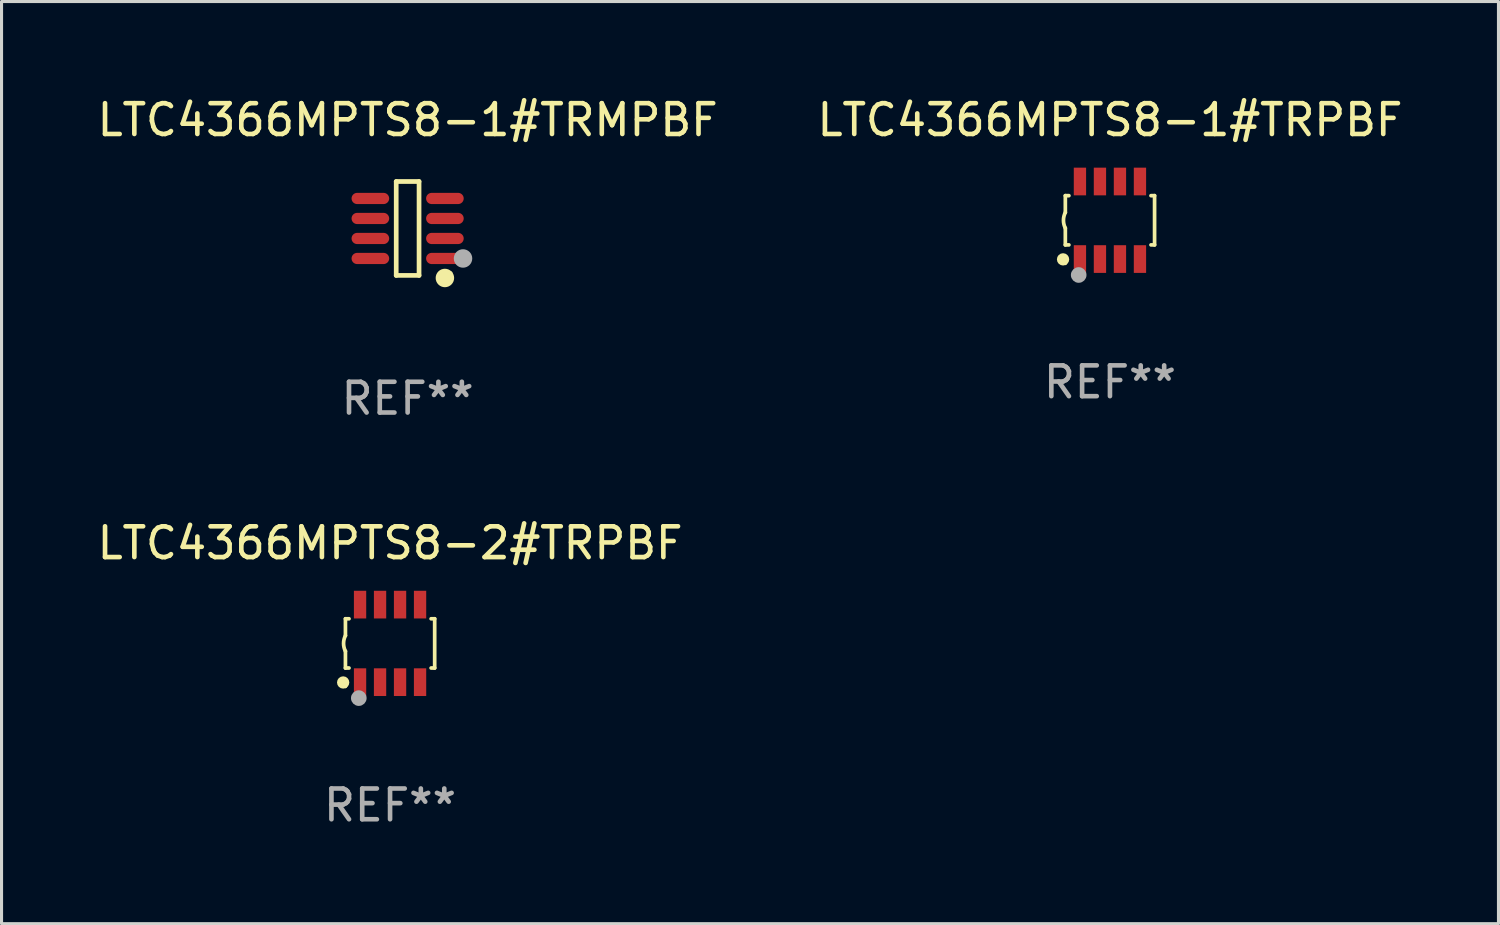
<source format=kicad_pcb>
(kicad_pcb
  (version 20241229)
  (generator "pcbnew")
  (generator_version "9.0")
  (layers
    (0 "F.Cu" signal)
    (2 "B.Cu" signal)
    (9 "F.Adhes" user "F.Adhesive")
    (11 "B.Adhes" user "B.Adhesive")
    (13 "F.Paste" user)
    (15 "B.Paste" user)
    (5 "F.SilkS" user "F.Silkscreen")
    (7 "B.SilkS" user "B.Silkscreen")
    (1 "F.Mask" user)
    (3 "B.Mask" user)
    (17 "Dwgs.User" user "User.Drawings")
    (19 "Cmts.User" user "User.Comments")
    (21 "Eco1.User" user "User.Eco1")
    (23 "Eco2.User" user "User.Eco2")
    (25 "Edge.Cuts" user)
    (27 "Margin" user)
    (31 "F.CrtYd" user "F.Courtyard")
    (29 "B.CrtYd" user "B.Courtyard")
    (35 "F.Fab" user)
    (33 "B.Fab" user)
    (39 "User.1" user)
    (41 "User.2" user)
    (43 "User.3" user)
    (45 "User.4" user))
  (footprint "LTC4366MPTS8-1#TRMPBF"
    (layer "F.Cu")
    (at 10.196 4.374)
    (property "Reference" "LTC4366MPTS8-1#TRMPBF" (at 0 -3.526 0) (layer "F.SilkS") (effects (font (size 1 1) (thickness 0.15))))
    (attr through_hole)
    (fp_line (start -0.371 -1.526) (end 0.371 -1.526) (stroke (width 0.152) (type solid)) (layer "F.SilkS"))
    (fp_line (start -0.371 1.526) (end -0.371 -1.526) (stroke (width 0.152) (type solid)) (layer "F.SilkS"))
    (fp_line (start 0.371 -1.526) (end 0.371 1.526) (stroke (width 0.152) (type solid)) (layer "F.SilkS"))
    (fp_line (start 0.371 1.526) (end -0.371 1.526) (stroke (width 0.152) (type solid)) (layer "F.SilkS"))
    (fp_circle (center 1.211 1.609) (end 1.361 1.609) (stroke (width 0.3) (type solid)) (fill no) (layer "F.SilkS"))
    (fp_circle (center 1.4 1.45) (end 1.43 1.45) (stroke (width 0.06) (type solid)) (fill no) (layer "F.SilkS"))
    (fp_circle (center 1.8 0.975) (end 1.95 0.975) (stroke (width 0.3) (type solid)) (fill no) (layer "F.Fab"))
    (fp_text user "REF**" (at 0 5.526 0) (layer "F.Fab") (effects (font (size 1 1) (thickness 0.15))))
    (pad "1" smd oval (at 1.211 0.975) (size 1.222 0.364) (layers "F.Cu" "F.Mask" "F.Paste"))
    (pad "2" smd oval (at 1.211 0.325) (size 1.222 0.364) (layers "F.Cu" "F.Mask" "F.Paste"))
    (pad "3" smd oval (at 1.211 -0.325) (size 1.222 0.364) (layers "F.Cu" "F.Mask" "F.Paste"))
    (pad "4" smd oval (at 1.211 -0.975) (size 1.222 0.364) (layers "F.Cu" "F.Mask" "F.Paste"))
    (pad "5" smd oval (at -1.211 -0.975) (size 1.222 0.364) (layers "F.Cu" "F.Mask" "F.Paste"))
    (pad "6" smd oval (at -1.211 -0.325) (size 1.222 0.364) (layers "F.Cu" "F.Mask" "F.Paste"))
    (pad "7" smd oval (at -1.211 0.325) (size 1.222 0.364) (layers "F.Cu" "F.Mask" "F.Paste"))
    (pad "8" smd oval (at -1.211 0.975) (size 1.222 0.364) (layers "F.Cu" "F.Mask" "F.Paste")))
  (footprint "LTC4366MPTS8-2#TRPBF"
    (layer "F.Cu")
    (at 9.625 17.857)
    (property "Reference" "LTC4366MPTS8-2#TRPBF" (at 0 -3.26 0) (layer "F.SilkS") (effects (font (size 1 1) (thickness 0.15))))
    (attr through_hole)
    (fp_line (start -1.45 -0.8) (end -1.45 -0.254) (stroke (width 0.12) (type solid)) (layer "F.SilkS"))
    (fp_line (start -1.45 -0.8) (end -1.334 -0.8) (stroke (width 0.12) (type solid)) (layer "F.SilkS"))
    (fp_line (start -1.45 0.8) (end -1.45 0.254) (stroke (width 0.12) (type solid)) (layer "F.SilkS"))
    (fp_line (start -1.45 0.8) (end -1.334 0.8) (stroke (width 0.12) (type solid)) (layer "F.SilkS"))
    (fp_line (start 1.334 -0.8) (end 1.45 -0.8) (stroke (width 0.12) (type solid)) (layer "F.SilkS"))
    (fp_line (start 1.334 0.8) (end 1.45 0.8) (stroke (width 0.12) (type solid)) (layer "F.SilkS"))
    (fp_line (start 1.45 0.8) (end 1.45 -0.8) (stroke (width 0.12) (type solid)) (layer "F.SilkS"))
    (fp_arc (start -1.45075 0.255144) (mid -1.510605 0.000434) (end -1.450013 -0.254102) (stroke (width 0.11999) (type solid)) (layer "F.SilkS"))
    (fp_circle (center -1.524 1.27) (end -1.424 1.27) (stroke (width 0.2) (type solid)) (fill no) (layer "F.SilkS"))
    (fp_circle (center -1.45 1.4) (end -1.42 1.4) (stroke (width 0.06) (type solid)) (fill no) (layer "F.SilkS"))
    (fp_circle (center -1.016 1.778) (end -0.889 1.778) (stroke (width 0.254) (type solid)) (fill no) (layer "F.Fab"))
    (fp_text user "REF**" (at 0 5.26 0) (layer "F.Fab") (effects (font (size 1 1) (thickness 0.15))))
    (pad "1" smd rect (at -0.975 1.26) (size 0.4 0.9) (layers "F.Cu" "F.Mask" "F.Paste"))
    (pad "2" smd rect (at -0.325 1.26) (size 0.4 0.9) (layers "F.Cu" "F.Mask" "F.Paste"))
    (pad "3" smd rect (at 0.325 1.26) (size 0.4 0.9) (layers "F.Cu" "F.Mask" "F.Paste"))
    (pad "4" smd rect (at 0.975 1.26) (size 0.4 0.9) (layers "F.Cu" "F.Mask" "F.Paste"))
    (pad "5" smd rect (at 0.975 -1.26) (size 0.4 0.9) (layers "F.Cu" "F.Mask" "F.Paste"))
    (pad "6" smd rect (at 0.325 -1.26) (size 0.4 0.9) (layers "F.Cu" "F.Mask" "F.Paste"))
    (pad "7" smd rect (at -0.325 -1.26) (size 0.4 0.9) (layers "F.Cu" "F.Mask" "F.Paste"))
    (pad "8" smd rect (at -0.975 -1.26) (size 0.4 0.9) (layers "F.Cu" "F.Mask" "F.Paste")))
  (footprint "LTC4366MPTS8-1#TRPBF"
    (layer "F.Cu")
    (at 33.018 4.108)
    (property "Reference" "LTC4366MPTS8-1#TRPBF" (at 0 -3.26 0) (layer "F.SilkS") (effects (font (size 1 1) (thickness 0.15))))
    (attr through_hole)
    (fp_line (start -1.45 -0.8) (end -1.45 -0.254) (stroke (width 0.12) (type solid)) (layer "F.SilkS"))
    (fp_line (start -1.45 -0.8) (end -1.334 -0.8) (stroke (width 0.12) (type solid)) (layer "F.SilkS"))
    (fp_line (start -1.45 0.8) (end -1.45 0.254) (stroke (width 0.12) (type solid)) (layer "F.SilkS"))
    (fp_line (start -1.45 0.8) (end -1.334 0.8) (stroke (width 0.12) (type solid)) (layer "F.SilkS"))
    (fp_line (start 1.334 -0.8) (end 1.45 -0.8) (stroke (width 0.12) (type solid)) (layer "F.SilkS"))
    (fp_line (start 1.334 0.8) (end 1.45 0.8) (stroke (width 0.12) (type solid)) (layer "F.SilkS"))
    (fp_line (start 1.45 0.8) (end 1.45 -0.8) (stroke (width 0.12) (type solid)) (layer "F.SilkS"))
    (fp_arc (start -1.45075 0.255144) (mid -1.510605 0.000434) (end -1.450013 -0.254102) (stroke (width 0.11999) (type solid)) (layer "F.SilkS"))
    (fp_circle (center -1.524 1.27) (end -1.424 1.27) (stroke (width 0.2) (type solid)) (fill no) (layer "F.SilkS"))
    (fp_circle (center -1.45 1.4) (end -1.42 1.4) (stroke (width 0.06) (type solid)) (fill no) (layer "F.SilkS"))
    (fp_circle (center -1.016 1.778) (end -0.889 1.778) (stroke (width 0.254) (type solid)) (fill no) (layer "F.Fab"))
    (fp_text user "REF**" (at 0 5.26 0) (layer "F.Fab") (effects (font (size 1 1) (thickness 0.15))))
    (pad "1" smd rect (at -0.975 1.26) (size 0.4 0.9) (layers "F.Cu" "F.Mask" "F.Paste"))
    (pad "2" smd rect (at -0.325 1.26) (size 0.4 0.9) (layers "F.Cu" "F.Mask" "F.Paste"))
    (pad "3" smd rect (at 0.325 1.26) (size 0.4 0.9) (layers "F.Cu" "F.Mask" "F.Paste"))
    (pad "4" smd rect (at 0.975 1.26) (size 0.4 0.9) (layers "F.Cu" "F.Mask" "F.Paste"))
    (pad "5" smd rect (at 0.975 -1.26) (size 0.4 0.9) (layers "F.Cu" "F.Mask" "F.Paste"))
    (pad "6" smd rect (at 0.325 -1.26) (size 0.4 0.9) (layers "F.Cu" "F.Mask" "F.Paste"))
    (pad "7" smd rect (at -0.325 -1.26) (size 0.4 0.9) (layers "F.Cu" "F.Mask" "F.Paste"))
    (pad "8" smd rect (at -0.975 -1.26) (size 0.4 0.9) (layers "F.Cu" "F.Mask" "F.Paste")))
  (gr_rect
    (start -3 -3)
    (end 45.643 26.965)
    (stroke (width 0.1) (type default))
    (fill no)
    (layer "Edge.Cuts")))
</source>
